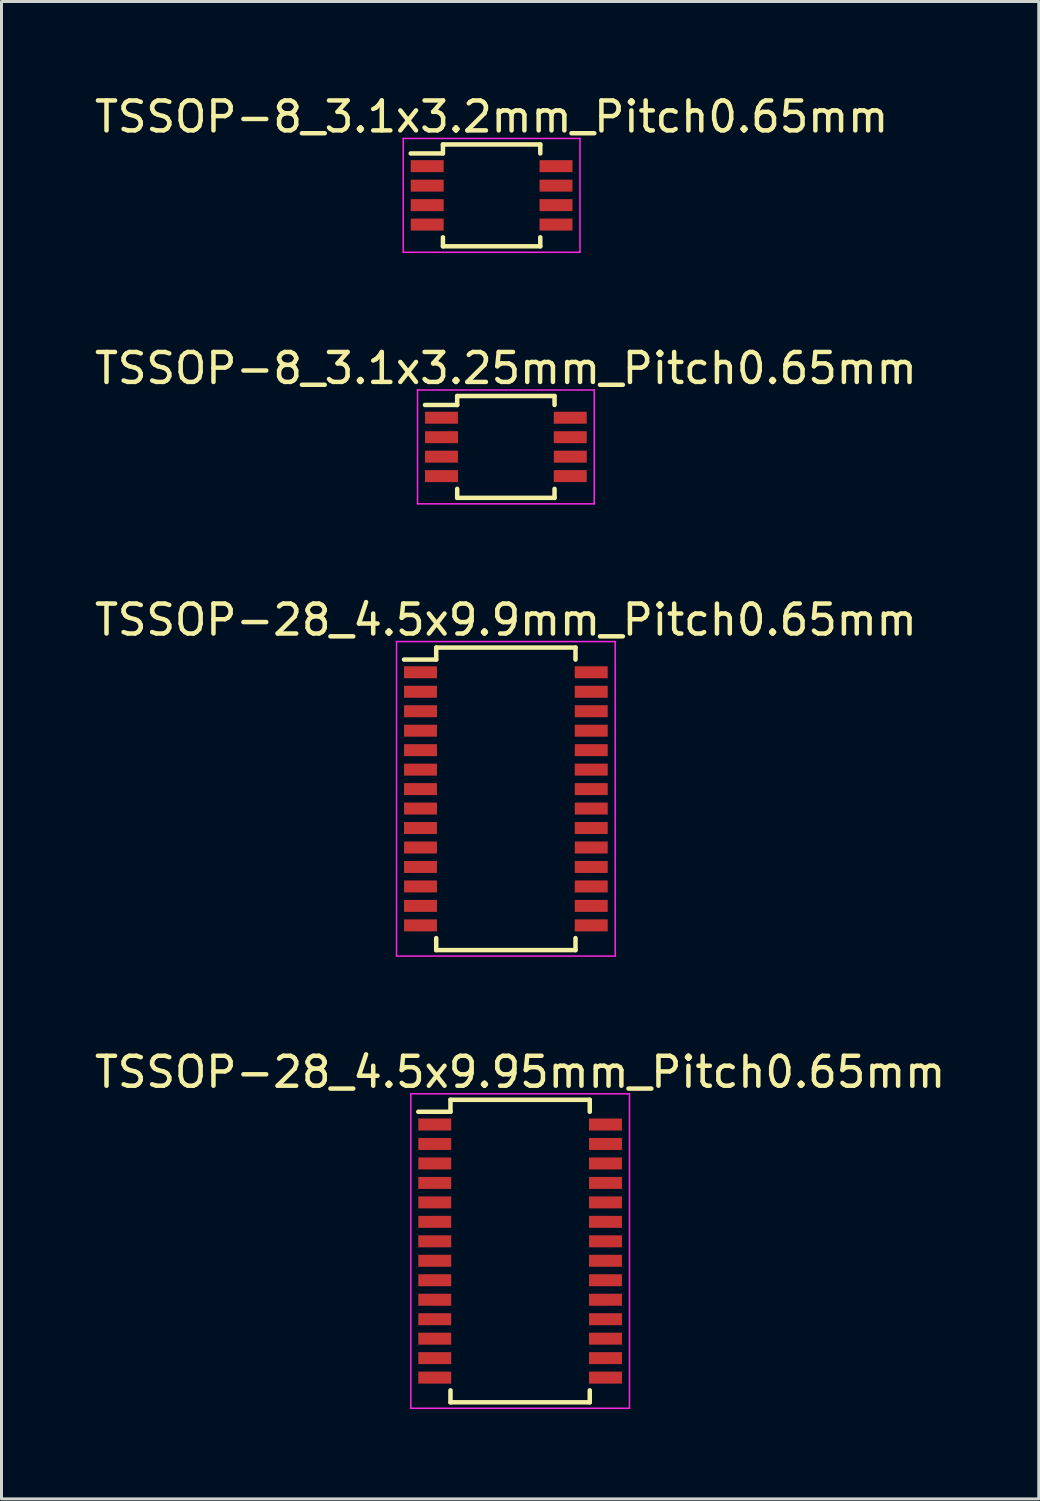
<source format=kicad_pcb>
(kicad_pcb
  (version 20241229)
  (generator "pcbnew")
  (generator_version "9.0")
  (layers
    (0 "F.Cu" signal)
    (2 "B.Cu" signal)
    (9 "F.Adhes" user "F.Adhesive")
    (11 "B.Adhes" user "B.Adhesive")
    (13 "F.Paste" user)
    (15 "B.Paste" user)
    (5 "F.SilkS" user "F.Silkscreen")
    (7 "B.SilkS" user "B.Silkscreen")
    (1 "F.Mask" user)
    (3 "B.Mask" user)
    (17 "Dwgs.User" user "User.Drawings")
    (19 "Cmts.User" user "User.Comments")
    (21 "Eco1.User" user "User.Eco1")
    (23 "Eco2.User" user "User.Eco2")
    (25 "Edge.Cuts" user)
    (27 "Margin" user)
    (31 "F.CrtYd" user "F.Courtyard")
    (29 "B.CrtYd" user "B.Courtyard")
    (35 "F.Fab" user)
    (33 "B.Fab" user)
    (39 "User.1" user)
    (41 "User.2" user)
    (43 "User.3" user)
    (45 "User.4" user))
  (footprint "TSSOP-8_3.1x3.2mm_Pitch0.65mm"
    (layer "F.Cu")
    (at 13.363 3.473)
    (property "Reference" "TSSOP-8_3.1x3.2mm_Pitch0.65mm" (at 0 -2.625 0) (layer "F.SilkS") (effects (font (size 1 1) (thickness 0.15))))
    (attr smd)
    (fp_line (start -1.625 -1.7) (end -1.625 -1.4) (stroke (width 0.15) (type solid)) (layer "F.SilkS"))
    (fp_line (start -1.625 -1.7) (end 1.625 -1.7) (stroke (width 0.15) (type solid)) (layer "F.SilkS"))
    (fp_line (start -1.625 -1.4) (end -2.7 -1.4) (stroke (width 0.15) (type solid)) (layer "F.SilkS"))
    (fp_line (start -1.625 1.7) (end -1.625 1.4) (stroke (width 0.15) (type solid)) (layer "F.SilkS"))
    (fp_line (start -1.625 1.7) (end 1.625 1.7) (stroke (width 0.15) (type solid)) (layer "F.SilkS"))
    (fp_line (start 1.625 -1.7) (end 1.625 -1.4) (stroke (width 0.15) (type solid)) (layer "F.SilkS"))
    (fp_line (start 1.625 1.7) (end 1.625 1.4) (stroke (width 0.15) (type solid)) (layer "F.SilkS"))
    (fp_line (start -2.95 -1.9) (end -2.95 1.9) (stroke (width 0.05) (type solid)) (layer "F.CrtYd"))
    (fp_line (start -2.95 -1.9) (end 2.95 -1.9) (stroke (width 0.05) (type solid)) (layer "F.CrtYd"))
    (fp_line (start -2.95 1.9) (end 2.95 1.9) (stroke (width 0.05) (type solid)) (layer "F.CrtYd"))
    (fp_line (start 2.95 -1.9) (end 2.95 1.9) (stroke (width 0.05) (type solid)) (layer "F.CrtYd"))
    (pad "1" smd rect (at -2.15 -0.975) (size 1.1 0.4) (layers "F.Cu" "F.Mask" "F.Paste"))
    (pad "2" smd rect (at -2.15 -0.325) (size 1.1 0.4) (layers "F.Cu" "F.Mask" "F.Paste"))
    (pad "3" smd rect (at -2.15 0.325) (size 1.1 0.4) (layers "F.Cu" "F.Mask" "F.Paste"))
    (pad "4" smd rect (at -2.15 0.975) (size 1.1 0.4) (layers "F.Cu" "F.Mask" "F.Paste"))
    (pad "5" smd rect (at 2.15 0.975) (size 1.1 0.4) (layers "F.Cu" "F.Mask" "F.Paste"))
    (pad "6" smd rect (at 2.15 0.325) (size 1.1 0.4) (layers "F.Cu" "F.Mask" "F.Paste"))
    (pad "7" smd rect (at 2.15 -0.325) (size 1.1 0.4) (layers "F.Cu" "F.Mask" "F.Paste"))
    (pad "8" smd rect (at 2.15 -0.975) (size 1.1 0.4) (layers "F.Cu" "F.Mask" "F.Paste")))
  (footprint "TSSOP-28_4.5x9.9mm_Pitch0.65mm"
    (layer "F.Cu")
    (at 13.839 23.62)
    (property "Reference" "TSSOP-28_4.5x9.9mm_Pitch0.65mm" (at 0 -5.975 0) (layer "F.SilkS") (effects (font (size 1 1) (thickness 0.15))))
    (attr smd)
    (fp_line (start -2.325 -5.05) (end -2.325 -4.65) (stroke (width 0.15) (type solid)) (layer "F.SilkS"))
    (fp_line (start -2.325 -5.05) (end 2.325 -5.05) (stroke (width 0.15) (type solid)) (layer "F.SilkS"))
    (fp_line (start -2.325 -4.65) (end -3.4 -4.65) (stroke (width 0.15) (type solid)) (layer "F.SilkS"))
    (fp_line (start -2.325 5.05) (end -2.325 4.65) (stroke (width 0.15) (type solid)) (layer "F.SilkS"))
    (fp_line (start -2.325 5.05) (end 2.325 5.05) (stroke (width 0.15) (type solid)) (layer "F.SilkS"))
    (fp_line (start 2.325 -5.05) (end 2.325 -4.65) (stroke (width 0.15) (type solid)) (layer "F.SilkS"))
    (fp_line (start 2.325 5.05) (end 2.325 4.65) (stroke (width 0.15) (type solid)) (layer "F.SilkS"))
    (fp_line (start -3.65 -5.25) (end -3.65 5.25) (stroke (width 0.05) (type solid)) (layer "F.CrtYd"))
    (fp_line (start -3.65 -5.25) (end 3.65 -5.25) (stroke (width 0.05) (type solid)) (layer "F.CrtYd"))
    (fp_line (start -3.65 5.25) (end 3.65 5.25) (stroke (width 0.05) (type solid)) (layer "F.CrtYd"))
    (fp_line (start 3.65 -5.25) (end 3.65 5.25) (stroke (width 0.05) (type solid)) (layer "F.CrtYd"))
    (pad "1" smd rect (at -2.85 -4.225) (size 1.1 0.4) (layers "F.Cu" "F.Mask" "F.Paste"))
    (pad "2" smd rect (at -2.85 -3.575) (size 1.1 0.4) (layers "F.Cu" "F.Mask" "F.Paste"))
    (pad "3" smd rect (at -2.85 -2.925) (size 1.1 0.4) (layers "F.Cu" "F.Mask" "F.Paste"))
    (pad "4" smd rect (at -2.85 -2.275) (size 1.1 0.4) (layers "F.Cu" "F.Mask" "F.Paste"))
    (pad "5" smd rect (at -2.85 -1.625) (size 1.1 0.4) (layers "F.Cu" "F.Mask" "F.Paste"))
    (pad "6" smd rect (at -2.85 -0.975) (size 1.1 0.4) (layers "F.Cu" "F.Mask" "F.Paste"))
    (pad "7" smd rect (at -2.85 -0.325) (size 1.1 0.4) (layers "F.Cu" "F.Mask" "F.Paste"))
    (pad "8" smd rect (at -2.85 0.325) (size 1.1 0.4) (layers "F.Cu" "F.Mask" "F.Paste"))
    (pad "9" smd rect (at -2.85 0.975) (size 1.1 0.4) (layers "F.Cu" "F.Mask" "F.Paste"))
    (pad "10" smd rect (at -2.85 1.625) (size 1.1 0.4) (layers "F.Cu" "F.Mask" "F.Paste"))
    (pad "11" smd rect (at -2.85 2.275) (size 1.1 0.4) (layers "F.Cu" "F.Mask" "F.Paste"))
    (pad "12" smd rect (at -2.85 2.925) (size 1.1 0.4) (layers "F.Cu" "F.Mask" "F.Paste"))
    (pad "13" smd rect (at -2.85 3.575) (size 1.1 0.4) (layers "F.Cu" "F.Mask" "F.Paste"))
    (pad "14" smd rect (at -2.85 4.225) (size 1.1 0.4) (layers "F.Cu" "F.Mask" "F.Paste"))
    (pad "15" smd rect (at 2.85 4.225) (size 1.1 0.4) (layers "F.Cu" "F.Mask" "F.Paste"))
    (pad "16" smd rect (at 2.85 3.575) (size 1.1 0.4) (layers "F.Cu" "F.Mask" "F.Paste"))
    (pad "17" smd rect (at 2.85 2.925) (size 1.1 0.4) (layers "F.Cu" "F.Mask" "F.Paste"))
    (pad "18" smd rect (at 2.85 2.275) (size 1.1 0.4) (layers "F.Cu" "F.Mask" "F.Paste"))
    (pad "19" smd rect (at 2.85 1.625) (size 1.1 0.4) (layers "F.Cu" "F.Mask" "F.Paste"))
    (pad "20" smd rect (at 2.85 0.975) (size 1.1 0.4) (layers "F.Cu" "F.Mask" "F.Paste"))
    (pad "21" smd rect (at 2.85 0.325) (size 1.1 0.4) (layers "F.Cu" "F.Mask" "F.Paste"))
    (pad "22" smd rect (at 2.85 -0.325) (size 1.1 0.4) (layers "F.Cu" "F.Mask" "F.Paste"))
    (pad "23" smd rect (at 2.85 -0.975) (size 1.1 0.4) (layers "F.Cu" "F.Mask" "F.Paste"))
    (pad "24" smd rect (at 2.85 -1.625) (size 1.1 0.4) (layers "F.Cu" "F.Mask" "F.Paste"))
    (pad "25" smd rect (at 2.85 -2.275) (size 1.1 0.4) (layers "F.Cu" "F.Mask" "F.Paste"))
    (pad "26" smd rect (at 2.85 -2.925) (size 1.1 0.4) (layers "F.Cu" "F.Mask" "F.Paste"))
    (pad "27" smd rect (at 2.85 -3.575) (size 1.1 0.4) (layers "F.Cu" "F.Mask" "F.Paste"))
    (pad "28" smd rect (at 2.85 -4.225) (size 1.1 0.4) (layers "F.Cu" "F.Mask" "F.Paste")))
  (footprint "TSSOP-8_3.1x3.25mm_Pitch0.65mm"
    (layer "F.Cu")
    (at 13.839 11.871)
    (property "Reference" "TSSOP-8_3.1x3.25mm_Pitch0.65mm" (at 0 -2.625 0) (layer "F.SilkS") (effects (font (size 1 1) (thickness 0.15))))
    (attr smd)
    (fp_line (start -1.625 -1.7) (end -1.625 -1.4) (stroke (width 0.15) (type solid)) (layer "F.SilkS"))
    (fp_line (start -1.625 -1.7) (end 1.625 -1.7) (stroke (width 0.15) (type solid)) (layer "F.SilkS"))
    (fp_line (start -1.625 -1.4) (end -2.7 -1.4) (stroke (width 0.15) (type solid)) (layer "F.SilkS"))
    (fp_line (start -1.625 1.7) (end -1.625 1.4) (stroke (width 0.15) (type solid)) (layer "F.SilkS"))
    (fp_line (start -1.625 1.7) (end 1.625 1.7) (stroke (width 0.15) (type solid)) (layer "F.SilkS"))
    (fp_line (start 1.625 -1.7) (end 1.625 -1.4) (stroke (width 0.15) (type solid)) (layer "F.SilkS"))
    (fp_line (start 1.625 1.7) (end 1.625 1.4) (stroke (width 0.15) (type solid)) (layer "F.SilkS"))
    (fp_line (start -2.95 -1.9) (end -2.95 1.9) (stroke (width 0.05) (type solid)) (layer "F.CrtYd"))
    (fp_line (start -2.95 -1.9) (end 2.95 -1.9) (stroke (width 0.05) (type solid)) (layer "F.CrtYd"))
    (fp_line (start -2.95 1.9) (end 2.95 1.9) (stroke (width 0.05) (type solid)) (layer "F.CrtYd"))
    (fp_line (start 2.95 -1.9) (end 2.95 1.9) (stroke (width 0.05) (type solid)) (layer "F.CrtYd"))
    (pad "1" smd rect (at -2.15 -0.975) (size 1.1 0.4) (layers "F.Cu" "F.Mask" "F.Paste"))
    (pad "2" smd rect (at -2.15 -0.325) (size 1.1 0.4) (layers "F.Cu" "F.Mask" "F.Paste"))
    (pad "3" smd rect (at -2.15 0.325) (size 1.1 0.4) (layers "F.Cu" "F.Mask" "F.Paste"))
    (pad "4" smd rect (at -2.15 0.975) (size 1.1 0.4) (layers "F.Cu" "F.Mask" "F.Paste"))
    (pad "5" smd rect (at 2.15 0.975) (size 1.1 0.4) (layers "F.Cu" "F.Mask" "F.Paste"))
    (pad "6" smd rect (at 2.15 0.325) (size 1.1 0.4) (layers "F.Cu" "F.Mask" "F.Paste"))
    (pad "7" smd rect (at 2.15 -0.325) (size 1.1 0.4) (layers "F.Cu" "F.Mask" "F.Paste"))
    (pad "8" smd rect (at 2.15 -0.975) (size 1.1 0.4) (layers "F.Cu" "F.Mask" "F.Paste")))
  (footprint "TSSOP-28_4.5x9.95mm_Pitch0.65mm"
    (layer "F.Cu")
    (at 14.315 38.718)
    (property "Reference" "TSSOP-28_4.5x9.95mm_Pitch0.65mm" (at 0 -5.975 0) (layer "F.SilkS") (effects (font (size 1 1) (thickness 0.15))))
    (attr smd)
    (fp_line (start -2.325 -5.05) (end -2.325 -4.65) (stroke (width 0.15) (type solid)) (layer "F.SilkS"))
    (fp_line (start -2.325 -5.05) (end 2.325 -5.05) (stroke (width 0.15) (type solid)) (layer "F.SilkS"))
    (fp_line (start -2.325 -4.65) (end -3.4 -4.65) (stroke (width 0.15) (type solid)) (layer "F.SilkS"))
    (fp_line (start -2.325 5.05) (end -2.325 4.65) (stroke (width 0.15) (type solid)) (layer "F.SilkS"))
    (fp_line (start -2.325 5.05) (end 2.325 5.05) (stroke (width 0.15) (type solid)) (layer "F.SilkS"))
    (fp_line (start 2.325 -5.05) (end 2.325 -4.65) (stroke (width 0.15) (type solid)) (layer "F.SilkS"))
    (fp_line (start 2.325 5.05) (end 2.325 4.65) (stroke (width 0.15) (type solid)) (layer "F.SilkS"))
    (fp_line (start -3.65 -5.25) (end -3.65 5.25) (stroke (width 0.05) (type solid)) (layer "F.CrtYd"))
    (fp_line (start -3.65 -5.25) (end 3.65 -5.25) (stroke (width 0.05) (type solid)) (layer "F.CrtYd"))
    (fp_line (start -3.65 5.25) (end 3.65 5.25) (stroke (width 0.05) (type solid)) (layer "F.CrtYd"))
    (fp_line (start 3.65 -5.25) (end 3.65 5.25) (stroke (width 0.05) (type solid)) (layer "F.CrtYd"))
    (pad "1" smd rect (at -2.85 -4.225) (size 1.1 0.4) (layers "F.Cu" "F.Mask" "F.Paste"))
    (pad "2" smd rect (at -2.85 -3.575) (size 1.1 0.4) (layers "F.Cu" "F.Mask" "F.Paste"))
    (pad "3" smd rect (at -2.85 -2.925) (size 1.1 0.4) (layers "F.Cu" "F.Mask" "F.Paste"))
    (pad "4" smd rect (at -2.85 -2.275) (size 1.1 0.4) (layers "F.Cu" "F.Mask" "F.Paste"))
    (pad "5" smd rect (at -2.85 -1.625) (size 1.1 0.4) (layers "F.Cu" "F.Mask" "F.Paste"))
    (pad "6" smd rect (at -2.85 -0.975) (size 1.1 0.4) (layers "F.Cu" "F.Mask" "F.Paste"))
    (pad "7" smd rect (at -2.85 -0.325) (size 1.1 0.4) (layers "F.Cu" "F.Mask" "F.Paste"))
    (pad "8" smd rect (at -2.85 0.325) (size 1.1 0.4) (layers "F.Cu" "F.Mask" "F.Paste"))
    (pad "9" smd rect (at -2.85 0.975) (size 1.1 0.4) (layers "F.Cu" "F.Mask" "F.Paste"))
    (pad "10" smd rect (at -2.85 1.625) (size 1.1 0.4) (layers "F.Cu" "F.Mask" "F.Paste"))
    (pad "11" smd rect (at -2.85 2.275) (size 1.1 0.4) (layers "F.Cu" "F.Mask" "F.Paste"))
    (pad "12" smd rect (at -2.85 2.925) (size 1.1 0.4) (layers "F.Cu" "F.Mask" "F.Paste"))
    (pad "13" smd rect (at -2.85 3.575) (size 1.1 0.4) (layers "F.Cu" "F.Mask" "F.Paste"))
    (pad "14" smd rect (at -2.85 4.225) (size 1.1 0.4) (layers "F.Cu" "F.Mask" "F.Paste"))
    (pad "15" smd rect (at 2.85 4.225) (size 1.1 0.4) (layers "F.Cu" "F.Mask" "F.Paste"))
    (pad "16" smd rect (at 2.85 3.575) (size 1.1 0.4) (layers "F.Cu" "F.Mask" "F.Paste"))
    (pad "17" smd rect (at 2.85 2.925) (size 1.1 0.4) (layers "F.Cu" "F.Mask" "F.Paste"))
    (pad "18" smd rect (at 2.85 2.275) (size 1.1 0.4) (layers "F.Cu" "F.Mask" "F.Paste"))
    (pad "19" smd rect (at 2.85 1.625) (size 1.1 0.4) (layers "F.Cu" "F.Mask" "F.Paste"))
    (pad "20" smd rect (at 2.85 0.975) (size 1.1 0.4) (layers "F.Cu" "F.Mask" "F.Paste"))
    (pad "21" smd rect (at 2.85 0.325) (size 1.1 0.4) (layers "F.Cu" "F.Mask" "F.Paste"))
    (pad "22" smd rect (at 2.85 -0.325) (size 1.1 0.4) (layers "F.Cu" "F.Mask" "F.Paste"))
    (pad "23" smd rect (at 2.85 -0.975) (size 1.1 0.4) (layers "F.Cu" "F.Mask" "F.Paste"))
    (pad "24" smd rect (at 2.85 -1.625) (size 1.1 0.4) (layers "F.Cu" "F.Mask" "F.Paste"))
    (pad "25" smd rect (at 2.85 -2.275) (size 1.1 0.4) (layers "F.Cu" "F.Mask" "F.Paste"))
    (pad "26" smd rect (at 2.85 -2.925) (size 1.1 0.4) (layers "F.Cu" "F.Mask" "F.Paste"))
    (pad "27" smd rect (at 2.85 -3.575) (size 1.1 0.4) (layers "F.Cu" "F.Mask" "F.Paste"))
    (pad "28" smd rect (at 2.85 -4.225) (size 1.1 0.4) (layers "F.Cu" "F.Mask" "F.Paste")))
  (gr_rect
    (start -3 -3)
    (end 31.631 46.993)
    (stroke (width 0.1) (type default))
    (fill no)
    (layer "Edge.Cuts")))
</source>
